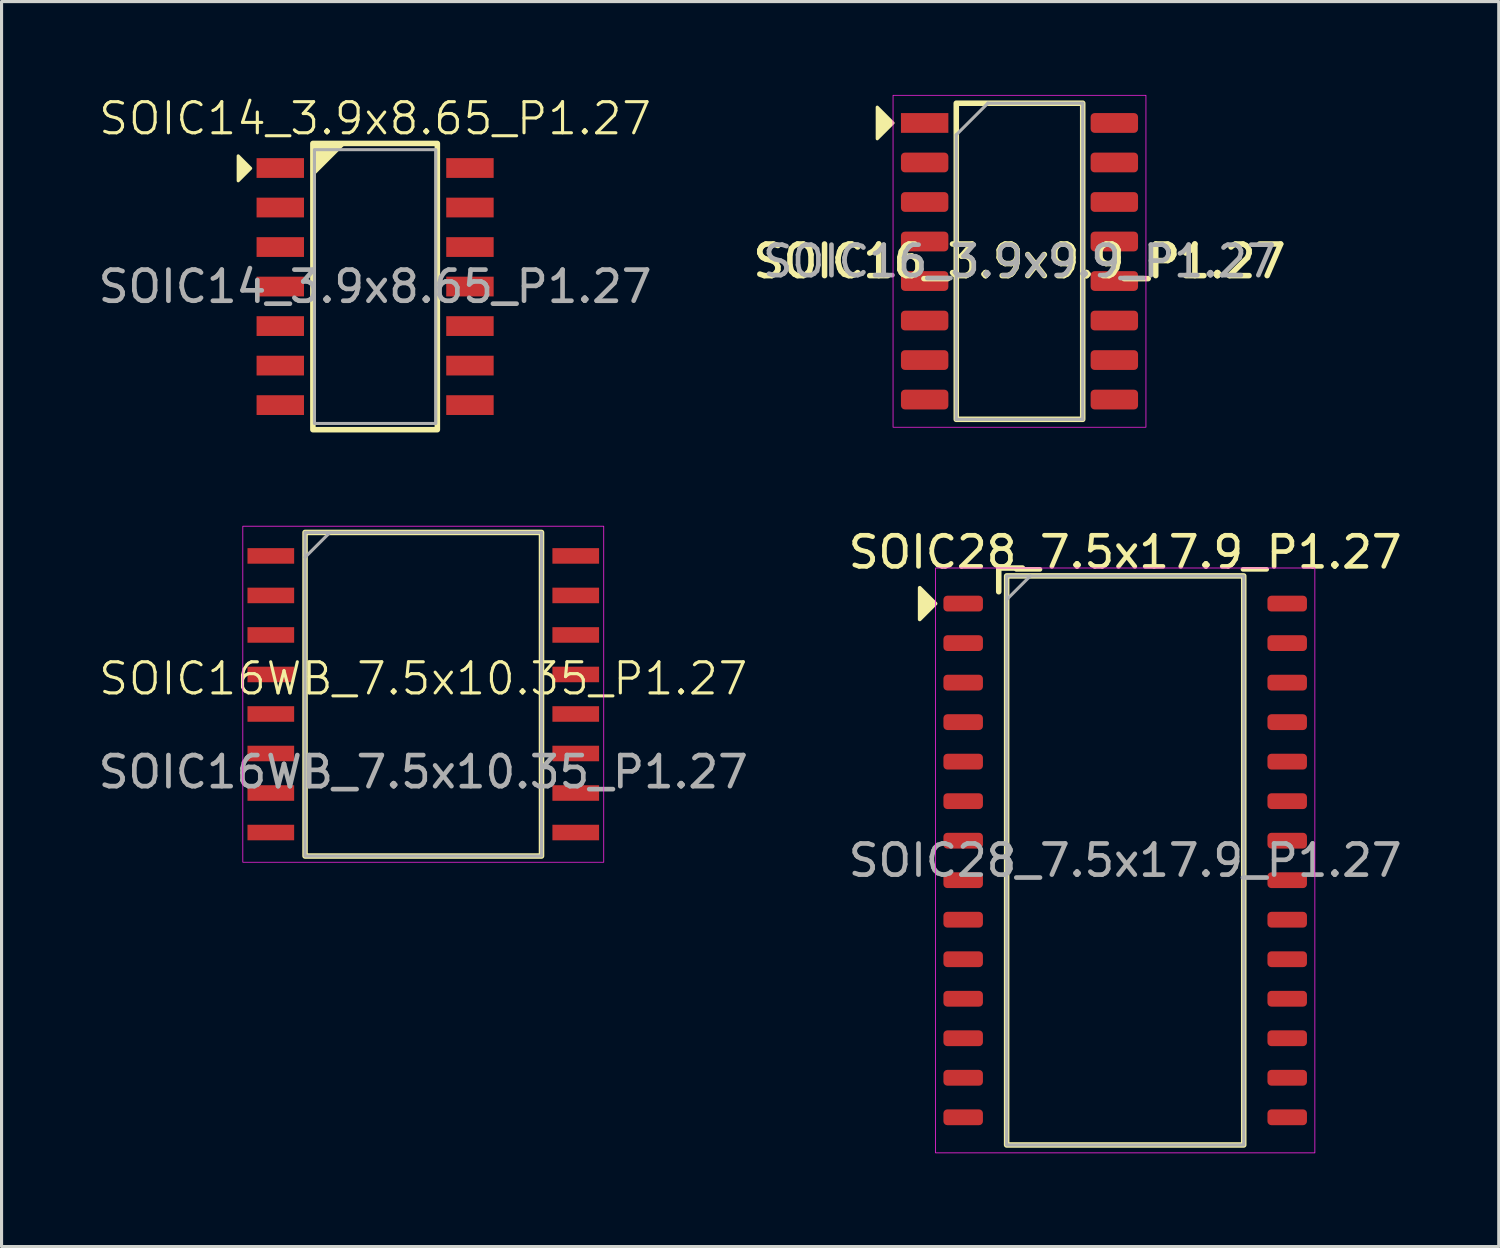
<source format=kicad_pcb>
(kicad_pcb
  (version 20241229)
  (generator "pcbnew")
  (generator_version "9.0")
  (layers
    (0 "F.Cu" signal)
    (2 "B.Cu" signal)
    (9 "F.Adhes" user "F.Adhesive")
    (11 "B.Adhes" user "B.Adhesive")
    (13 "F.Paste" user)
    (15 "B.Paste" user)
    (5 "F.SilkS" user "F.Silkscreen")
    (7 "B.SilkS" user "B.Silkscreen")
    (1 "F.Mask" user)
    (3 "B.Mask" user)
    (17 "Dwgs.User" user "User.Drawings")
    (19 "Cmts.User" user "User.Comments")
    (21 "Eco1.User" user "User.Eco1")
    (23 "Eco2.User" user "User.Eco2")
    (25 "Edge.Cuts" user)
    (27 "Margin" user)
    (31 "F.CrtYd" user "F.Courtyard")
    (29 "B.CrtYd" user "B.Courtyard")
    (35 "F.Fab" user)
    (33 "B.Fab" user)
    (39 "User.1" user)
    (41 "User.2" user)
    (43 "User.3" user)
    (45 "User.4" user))
  (footprint "SOIC16_3.9x9.9_P1.27"
    (layer "F.Cu")
    (at 29.716 5.347)
    (property "Reference" "SOIC16_3.9x9.9_P1.27" (at 0 0 0) (layer "F.SilkS") (effects (font (size 1.016 1.016) (thickness 0.178))))
    (attr smd)
    (fp_rect (start -2.032 -5.08) (end 2.032 5.08) (stroke (width 0.178) (type solid)) (fill no) (layer "F.SilkS"))
    (fp_poly (pts (xy -4.064 -4.445) (xy -4.572 -3.937) (xy -4.572 -4.953)) (stroke (width 0.1) (type solid)) (fill yes) (layer "F.SilkS"))
    (fp_rect (start -4.064 -5.334) (end 4.064 5.334) (stroke (width 0.025) (type solid)) (fill no) (layer "F.CrtYd"))
    (fp_line (start -2.032 -4.064) (end -1.016 -5.08) (stroke (width 0.1) (type solid)) (layer "F.Fab"))
    (fp_line (start -2.032 5.08) (end -2.032 -4.064) (stroke (width 0.1) (type solid)) (layer "F.Fab"))
    (fp_line (start -1.016 -5.08) (end 2.032 -5.08) (stroke (width 0.1) (type solid)) (layer "F.Fab"))
    (fp_line (start 2.032 -5.08) (end 2.032 5.08) (stroke (width 0.1) (type solid)) (layer "F.Fab"))
    (fp_line (start 2.032 5.08) (end -2.032 5.08) (stroke (width 0.1) (type solid)) (layer "F.Fab"))
    (fp_text user "${REFERENCE}" (at 0 0 0) (layer "F.Fab") (effects (font (size 0.98 0.98) (thickness 0.15))))
    (pad "1" smd rect (at -3.048 -4.445) (size 1.524 0.635) (layers "F.Cu" "F.Mask" "F.Paste"))
    (pad "2" smd roundrect (at -3.048 -3.175) (size 1.524 0.635) (layers "F.Cu" "F.Mask" "F.Paste") (roundrect_rratio 0.2))
    (pad "3" smd roundrect (at -3.048 -1.905) (size 1.524 0.635) (layers "F.Cu" "F.Mask" "F.Paste") (roundrect_rratio 0.2))
    (pad "4" smd roundrect (at -3.048 -0.635) (size 1.524 0.635) (layers "F.Cu" "F.Mask" "F.Paste") (roundrect_rratio 0.2))
    (pad "5" smd roundrect (at -3.048 0.635) (size 1.524 0.635) (layers "F.Cu" "F.Mask" "F.Paste") (roundrect_rratio 0.2))
    (pad "6" smd roundrect (at -3.048 1.905) (size 1.524 0.635) (layers "F.Cu" "F.Mask" "F.Paste") (roundrect_rratio 0.2))
    (pad "7" smd roundrect (at -3.048 3.175) (size 1.524 0.635) (layers "F.Cu" "F.Mask" "F.Paste") (roundrect_rratio 0.2))
    (pad "8" smd roundrect (at -3.048 4.445) (size 1.524 0.635) (layers "F.Cu" "F.Mask" "F.Paste") (roundrect_rratio 0.2))
    (pad "9" smd roundrect (at 3.048 4.445) (size 1.524 0.635) (layers "F.Cu" "F.Mask" "F.Paste") (roundrect_rratio 0.2))
    (pad "10" smd roundrect (at 3.048 3.175) (size 1.524 0.635) (layers "F.Cu" "F.Mask" "F.Paste") (roundrect_rratio 0.2))
    (pad "11" smd roundrect (at 3.048 1.905) (size 1.524 0.635) (layers "F.Cu" "F.Mask" "F.Paste") (roundrect_rratio 0.2))
    (pad "12" smd roundrect (at 3.048 0.635) (size 1.524 0.635) (layers "F.Cu" "F.Mask" "F.Paste") (roundrect_rratio 0.2))
    (pad "13" smd roundrect (at 3.048 -0.635) (size 1.524 0.635) (layers "F.Cu" "F.Mask" "F.Paste") (roundrect_rratio 0.2))
    (pad "14" smd roundrect (at 3.048 -1.905) (size 1.524 0.635) (layers "F.Cu" "F.Mask" "F.Paste") (roundrect_rratio 0.2))
    (pad "15" smd roundrect (at 3.048 -3.175) (size 1.524 0.635) (layers "F.Cu" "F.Mask" "F.Paste") (roundrect_rratio 0.2))
    (pad "16" smd roundrect (at 3.048 -4.445) (size 1.524 0.635) (layers "F.Cu" "F.Mask" "F.Paste") (roundrect_rratio 0.2)))
  (footprint "SOIC28_7.5x17.9_P1.27"
    (layer "F.Cu")
    (at 33.113 24.604)
    (property "Reference" "SOIC28_7.5x17.9_P1.27" (at 0 -9.906 0) (unlocked yes) (layer "F.SilkS") (effects (font (size 1 1) (thickness 0.15))))
    (attr smd)
    (fp_line (start -4.064 -9.398) (end -3.302 -9.398) (stroke (width 0.178) (type solid)) (layer "F.SilkS"))
    (fp_line (start -4.064 -8.636) (end -4.064 -9.398) (stroke (width 0.178) (type solid)) (layer "F.SilkS"))
    (fp_rect (start -3.81 -9.144) (end 3.81 9.144) (stroke (width 0.178) (type solid)) (fill no) (layer "F.SilkS"))
    (fp_poly (pts (xy -6.096 -8.255) (xy -6.604 -7.747) (xy -6.604 -8.763)) (stroke (width 0.12) (type solid)) (fill yes) (layer "F.SilkS"))
    (fp_rect (start -6.096 -9.398) (end 6.096 9.398) (stroke (width 0.025) (type solid)) (fill no) (layer "F.CrtYd"))
    (fp_line (start -3.81 -8.382) (end -3.048 -9.144) (stroke (width 0.1) (type solid)) (layer "F.Fab"))
    (fp_rect (start -3.81 -9.144) (end 3.81 9.144) (stroke (width 0.1) (type solid)) (fill no) (layer "F.Fab"))
    (fp_text user "${REFERENCE}" (at 0 0 0) (unlocked yes) (layer "F.Fab") (effects (font (size 1 1) (thickness 0.15))))
    (pad "1" smd roundrect (at -5.207 -8.255) (size 1.27 0.508) (layers "F.Cu" "F.Mask" "F.Paste") (roundrect_rratio 0.25))
    (pad "2" smd roundrect (at -5.207 -6.985) (size 1.27 0.508) (layers "F.Cu" "F.Mask" "F.Paste") (roundrect_rratio 0.25))
    (pad "3" smd roundrect (at -5.207 -5.715) (size 1.27 0.508) (layers "F.Cu" "F.Mask" "F.Paste") (roundrect_rratio 0.25))
    (pad "4" smd roundrect (at -5.207 -4.445) (size 1.27 0.508) (layers "F.Cu" "F.Mask" "F.Paste") (roundrect_rratio 0.25))
    (pad "5" smd roundrect (at -5.207 -3.175) (size 1.27 0.508) (layers "F.Cu" "F.Mask" "F.Paste") (roundrect_rratio 0.25))
    (pad "6" smd roundrect (at -5.207 -1.905) (size 1.27 0.508) (layers "F.Cu" "F.Mask" "F.Paste") (roundrect_rratio 0.25))
    (pad "7" smd roundrect (at -5.207 -0.635) (size 1.27 0.508) (layers "F.Cu" "F.Mask" "F.Paste") (roundrect_rratio 0.25))
    (pad "8" smd roundrect (at -5.207 0.635) (size 1.27 0.508) (layers "F.Cu" "F.Mask" "F.Paste") (roundrect_rratio 0.25))
    (pad "9" smd roundrect (at -5.207 1.905) (size 1.27 0.508) (layers "F.Cu" "F.Mask" "F.Paste") (roundrect_rratio 0.25))
    (pad "10" smd roundrect (at -5.207 3.175) (size 1.27 0.508) (layers "F.Cu" "F.Mask" "F.Paste") (roundrect_rratio 0.25))
    (pad "11" smd roundrect (at -5.207 4.445) (size 1.27 0.508) (layers "F.Cu" "F.Mask" "F.Paste") (roundrect_rratio 0.25))
    (pad "12" smd roundrect (at -5.207 5.715) (size 1.27 0.508) (layers "F.Cu" "F.Mask" "F.Paste") (roundrect_rratio 0.25))
    (pad "13" smd roundrect (at -5.207 6.985) (size 1.27 0.508) (layers "F.Cu" "F.Mask" "F.Paste") (roundrect_rratio 0.25))
    (pad "14" smd roundrect (at -5.207 8.255) (size 1.27 0.508) (layers "F.Cu" "F.Mask" "F.Paste") (roundrect_rratio 0.25))
    (pad "15" smd roundrect (at 5.207 8.255) (size 1.27 0.508) (layers "F.Cu" "F.Mask" "F.Paste") (roundrect_rratio 0.25))
    (pad "16" smd roundrect (at 5.207 6.985) (size 1.27 0.508) (layers "F.Cu" "F.Mask" "F.Paste") (roundrect_rratio 0.25))
    (pad "17" smd roundrect (at 5.207 5.715) (size 1.27 0.508) (layers "F.Cu" "F.Mask" "F.Paste") (roundrect_rratio 0.25))
    (pad "18" smd roundrect (at 5.207 4.445) (size 1.27 0.508) (layers "F.Cu" "F.Mask" "F.Paste") (roundrect_rratio 0.25))
    (pad "19" smd roundrect (at 5.207 3.175) (size 1.27 0.508) (layers "F.Cu" "F.Mask" "F.Paste") (roundrect_rratio 0.25))
    (pad "20" smd roundrect (at 5.207 1.905) (size 1.27 0.508) (layers "F.Cu" "F.Mask" "F.Paste") (roundrect_rratio 0.25))
    (pad "21" smd roundrect (at 5.207 0.635) (size 1.27 0.508) (layers "F.Cu" "F.Mask" "F.Paste") (roundrect_rratio 0.25))
    (pad "22" smd roundrect (at 5.207 -0.635) (size 1.27 0.508) (layers "F.Cu" "F.Mask" "F.Paste") (roundrect_rratio 0.25))
    (pad "23" smd roundrect (at 5.207 -1.905) (size 1.27 0.508) (layers "F.Cu" "F.Mask" "F.Paste") (roundrect_rratio 0.25))
    (pad "24" smd roundrect (at 5.207 -3.175) (size 1.27 0.508) (layers "F.Cu" "F.Mask" "F.Paste") (roundrect_rratio 0.25))
    (pad "25" smd roundrect (at 5.207 -4.445) (size 1.27 0.508) (layers "F.Cu" "F.Mask" "F.Paste") (roundrect_rratio 0.25))
    (pad "26" smd roundrect (at 5.207 -5.715) (size 1.27 0.508) (layers "F.Cu" "F.Mask" "F.Paste") (roundrect_rratio 0.25))
    (pad "27" smd roundrect (at 5.207 -6.985) (size 1.27 0.508) (layers "F.Cu" "F.Mask" "F.Paste") (roundrect_rratio 0.25))
    (pad "28" smd roundrect (at 5.207 -8.255) (size 1.27 0.508) (layers "F.Cu" "F.Mask" "F.Paste") (roundrect_rratio 0.25)))
  (footprint "SOIC16WB_7.5x10.35_P1.27"
    (layer "F.Cu")
    (at 10.554 19.262)
    (property "Reference" "SOIC16WB_7.5x10.35_P1.27" (at 0 -0.5 0) (unlocked yes) (layer "F.SilkS") (effects (font (size 1 1) (thickness 0.1))))
    (attr smd)
    (fp_rect (start -3.8 5.2) (end 3.8 -5.2) (stroke (width 0.178) (type default)) (fill no) (layer "F.SilkS"))
    (fp_rect (start -5.8 5.4) (end 5.8 -5.4) (stroke (width 0.025) (type default)) (fill no) (layer "F.CrtYd"))
    (fp_line (start -3.8 -4.4) (end -3 -5.2) (stroke (width 0.1) (type default)) (layer "F.Fab"))
    (fp_rect (start -3.8 -5.2) (end 3.8 5.2) (stroke (width 0.1) (type default)) (fill no) (layer "F.Fab"))
    (fp_text user "${REFERENCE}" (at 0 2.5 0) (unlocked yes) (layer "F.Fab") (effects (font (size 1 1) (thickness 0.15))))
    (pad "1" smd rect (at -4.9 -4.445) (size 1.5 0.5) (layers "F.Cu" "F.Mask" "F.Paste"))
    (pad "2" smd rect (at -4.9 -3.175) (size 1.5 0.5) (layers "F.Cu" "F.Mask" "F.Paste"))
    (pad "3" smd rect (at -4.9 -1.905) (size 1.5 0.5) (layers "F.Cu" "F.Mask" "F.Paste"))
    (pad "4" smd rect (at -4.9 -0.635) (size 1.5 0.5) (layers "F.Cu" "F.Mask" "F.Paste"))
    (pad "5" smd rect (at -4.9 0.635) (size 1.5 0.5) (layers "F.Cu" "F.Mask" "F.Paste"))
    (pad "6" smd rect (at -4.9 1.905) (size 1.5 0.5) (layers "F.Cu" "F.Mask" "F.Paste"))
    (pad "7" smd rect (at -4.9 3.175) (size 1.5 0.5) (layers "F.Cu" "F.Mask" "F.Paste"))
    (pad "8" smd rect (at -4.9 4.445) (size 1.5 0.5) (layers "F.Cu" "F.Mask" "F.Paste"))
    (pad "9" smd rect (at 4.9 4.445) (size 1.5 0.5) (layers "F.Cu" "F.Mask" "F.Paste"))
    (pad "10" smd rect (at 4.9 3.175) (size 1.5 0.5) (layers "F.Cu" "F.Mask" "F.Paste"))
    (pad "11" smd rect (at 4.9 1.905) (size 1.5 0.5) (layers "F.Cu" "F.Mask" "F.Paste"))
    (pad "12" smd rect (at 4.9 0.635) (size 1.5 0.5) (layers "F.Cu" "F.Mask" "F.Paste"))
    (pad "13" smd rect (at 4.9 -0.635) (size 1.5 0.5) (layers "F.Cu" "F.Mask" "F.Paste"))
    (pad "14" smd rect (at 4.9 -1.905) (size 1.5 0.5) (layers "F.Cu" "F.Mask" "F.Paste"))
    (pad "15" smd rect (at 4.9 -3.175) (size 1.5 0.5) (layers "F.Cu" "F.Mask" "F.Paste"))
    (pad "16" smd rect (at 4.9 -4.445) (size 1.5 0.5) (layers "F.Cu" "F.Mask" "F.Paste")))
  (footprint "SOIC14_3.9x8.65_P1.27"
    (layer "F.Cu")
    (at 9.006 6.16)
    (property "Reference" "SOIC14_3.9x8.65_P1.27" (at 0 -5.4 0) (unlocked yes) (layer "F.SilkS") (effects (font (size 1 1) (thickness 0.1))))
    (attr smd)
    (fp_rect (start -2 -4.6) (end 2 4.6) (stroke (width 0.178) (type default)) (fill no) (layer "F.SilkS"))
    (fp_poly (pts (xy -4 -3.8) (xy -4.4 -4.2) (xy -4.4 -3.4)) (stroke (width 0.1) (type solid)) (fill yes) (layer "F.SilkS"))
    (fp_poly (pts (xy -2 -4.6) (xy -2 -3.6) (xy -1 -4.6)) (stroke (width 0.1) (type solid)) (fill yes) (layer "F.SilkS"))
    (fp_rect (start -1.95 -4.4) (end 1.95 4.4) (stroke (width 0.1) (type default)) (fill no) (layer "F.Fab"))
    (fp_text user "${REFERENCE}" (at 0 0 0) (unlocked yes) (layer "F.Fab") (effects (font (size 1 1) (thickness 0.15))))
    (pad "1" smd rect (at -3.048 -3.81) (size 1.524 0.635) (layers "F.Cu" "F.Mask" "F.Paste"))
    (pad "2" smd rect (at -3.048 -2.54) (size 1.524 0.635) (layers "F.Cu" "F.Mask" "F.Paste"))
    (pad "3" smd rect (at -3.048 -1.27) (size 1.524 0.635) (layers "F.Cu" "F.Mask" "F.Paste"))
    (pad "4" smd rect (at -3.048 0) (size 1.524 0.635) (layers "F.Cu" "F.Mask" "F.Paste"))
    (pad "5" smd rect (at -3.048 1.27) (size 1.524 0.635) (layers "F.Cu" "F.Mask" "F.Paste"))
    (pad "6" smd rect (at -3.048 2.54) (size 1.524 0.635) (layers "F.Cu" "F.Mask" "F.Paste"))
    (pad "7" smd rect (at -3.048 3.81) (size 1.524 0.635) (layers "F.Cu" "F.Mask" "F.Paste"))
    (pad "8" smd rect (at 3.048 3.81) (size 1.524 0.635) (layers "F.Cu" "F.Mask" "F.Paste"))
    (pad "9" smd rect (at 3.048 2.54) (size 1.524 0.635) (layers "F.Cu" "F.Mask" "F.Paste"))
    (pad "10" smd rect (at 3.048 1.27) (size 1.524 0.635) (layers "F.Cu" "F.Mask" "F.Paste"))
    (pad "11" smd rect (at 3.048 0) (size 1.524 0.635) (layers "F.Cu" "F.Mask" "F.Paste"))
    (pad "12" smd rect (at 3.048 -1.27) (size 1.524 0.635) (layers "F.Cu" "F.Mask" "F.Paste"))
    (pad "13" smd rect (at 3.048 -2.54) (size 1.524 0.635) (layers "F.Cu" "F.Mask" "F.Paste"))
    (pad "14" smd rect (at 3.048 -3.81) (size 1.524 0.635) (layers "F.Cu" "F.Mask" "F.Paste")))
  (gr_rect
    (start -3 -3)
    (end 45.119 37.014)
    (stroke (width 0.1) (type default))
    (fill no)
    (layer "Edge.Cuts")))
</source>
